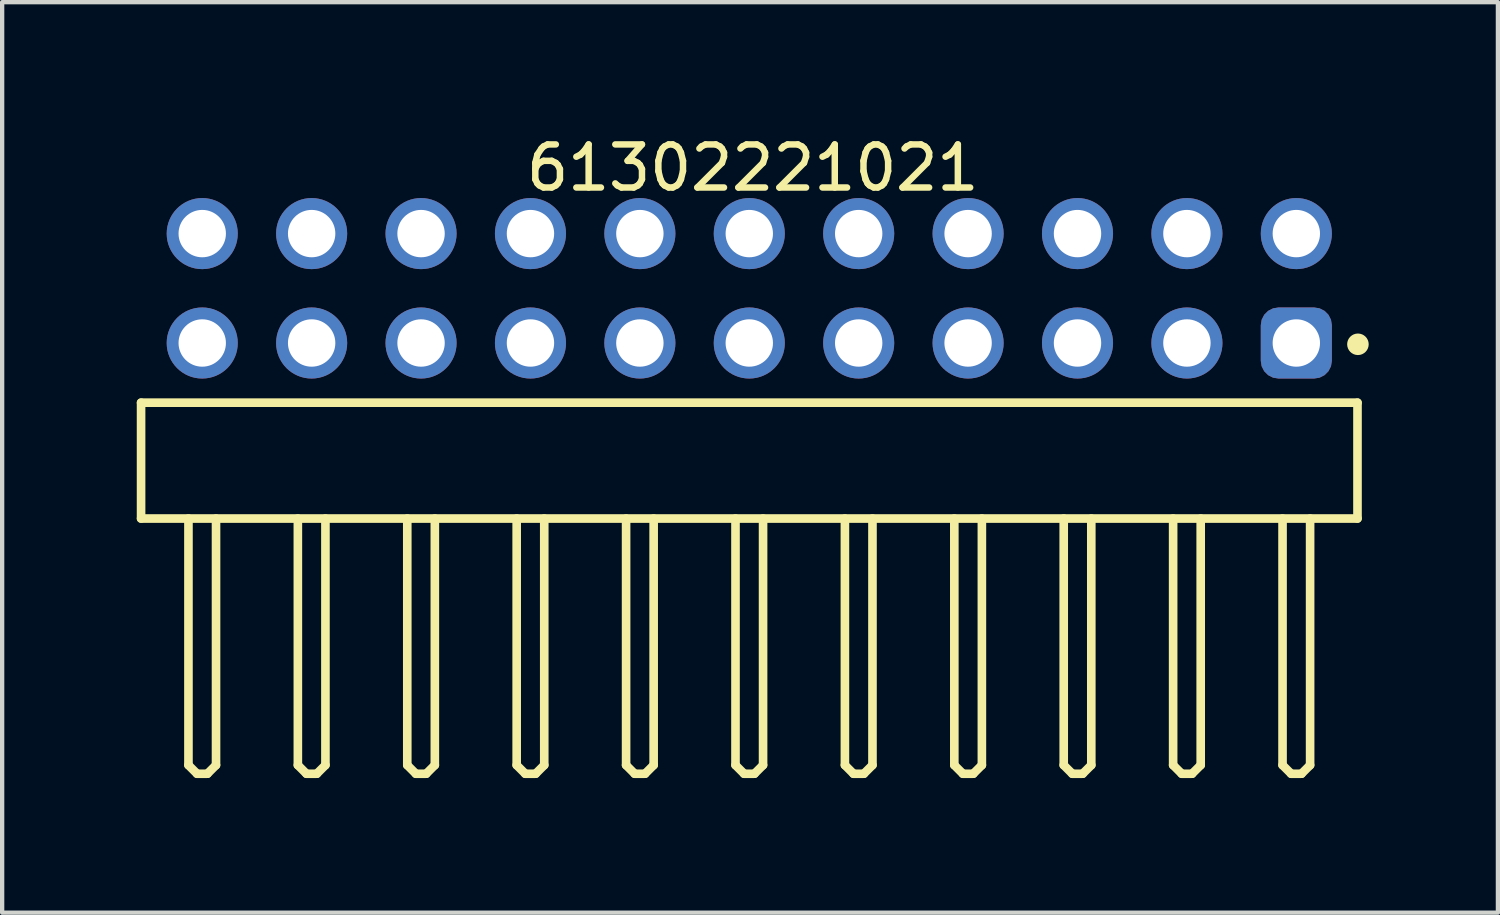
<source format=kicad_pcb>
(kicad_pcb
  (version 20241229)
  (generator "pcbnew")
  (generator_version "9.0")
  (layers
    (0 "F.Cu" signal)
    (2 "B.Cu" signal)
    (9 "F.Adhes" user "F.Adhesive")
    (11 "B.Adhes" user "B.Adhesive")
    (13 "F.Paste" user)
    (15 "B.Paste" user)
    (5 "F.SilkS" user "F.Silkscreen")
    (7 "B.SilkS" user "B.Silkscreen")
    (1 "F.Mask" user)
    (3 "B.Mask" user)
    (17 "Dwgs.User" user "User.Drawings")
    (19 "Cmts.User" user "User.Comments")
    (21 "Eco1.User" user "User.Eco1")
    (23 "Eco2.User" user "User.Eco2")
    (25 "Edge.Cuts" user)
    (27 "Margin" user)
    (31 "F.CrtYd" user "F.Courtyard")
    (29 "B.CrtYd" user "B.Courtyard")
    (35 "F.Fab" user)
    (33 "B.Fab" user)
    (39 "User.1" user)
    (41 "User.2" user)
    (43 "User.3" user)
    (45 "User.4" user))
  (footprint "61302221021"
    (layer "F.Cu")
    (at 14.345 7.643)
    (property "Reference" "61302221021" (at 0.08 -6.795 0) (layer "F.SilkS") (effects (font (size 1 1) (thickness 0.15))))
    (fp_line (start -14.12 -1.345) (end 14.12 -1.345) (stroke (width 0.2) (type solid)) (layer "F.SilkS"))
    (fp_line (start -14.12 1.345) (end -14.12 -1.345) (stroke (width 0.2) (type solid)) (layer "F.SilkS"))
    (fp_line (start -14.12 1.345) (end 14.12 1.345) (stroke (width 0.2) (type solid)) (layer "F.SilkS"))
    (fp_line (start -13.02 7.07) (end -13.02 1.345) (stroke (width 0.2) (type solid)) (layer "F.SilkS"))
    (fp_line (start -13.02 7.07) (end -12.82 7.27) (stroke (width 0.2) (type solid)) (layer "F.SilkS"))
    (fp_line (start -12.82 7.27) (end -12.58 7.27) (stroke (width 0.2) (type solid)) (layer "F.SilkS"))
    (fp_line (start -12.58 7.27) (end -12.38 7.07) (stroke (width 0.2) (type solid)) (layer "F.SilkS"))
    (fp_line (start -12.38 7.07) (end -12.38 1.345) (stroke (width 0.2) (type solid)) (layer "F.SilkS"))
    (fp_line (start -10.48 7.07) (end -10.48 1.345) (stroke (width 0.2) (type solid)) (layer "F.SilkS"))
    (fp_line (start -10.48 7.07) (end -10.28 7.27) (stroke (width 0.2) (type solid)) (layer "F.SilkS"))
    (fp_line (start -10.28 7.27) (end -10.04 7.27) (stroke (width 0.2) (type solid)) (layer "F.SilkS"))
    (fp_line (start -10.04 7.27) (end -9.84 7.07) (stroke (width 0.2) (type solid)) (layer "F.SilkS"))
    (fp_line (start -9.84 7.07) (end -9.84 1.345) (stroke (width 0.2) (type solid)) (layer "F.SilkS"))
    (fp_line (start -7.94 7.07) (end -7.94 1.345) (stroke (width 0.2) (type solid)) (layer "F.SilkS"))
    (fp_line (start -7.94 7.07) (end -7.74 7.27) (stroke (width 0.2) (type solid)) (layer "F.SilkS"))
    (fp_line (start -7.74 7.27) (end -7.5 7.27) (stroke (width 0.2) (type solid)) (layer "F.SilkS"))
    (fp_line (start -7.5 7.27) (end -7.3 7.07) (stroke (width 0.2) (type solid)) (layer "F.SilkS"))
    (fp_line (start -7.3 7.07) (end -7.3 1.345) (stroke (width 0.2) (type solid)) (layer "F.SilkS"))
    (fp_line (start -5.4 7.07) (end -5.4 1.345) (stroke (width 0.2) (type solid)) (layer "F.SilkS"))
    (fp_line (start -5.4 7.07) (end -5.2 7.27) (stroke (width 0.2) (type solid)) (layer "F.SilkS"))
    (fp_line (start -5.2 7.27) (end -4.96 7.27) (stroke (width 0.2) (type solid)) (layer "F.SilkS"))
    (fp_line (start -4.96 7.27) (end -4.76 7.07) (stroke (width 0.2) (type solid)) (layer "F.SilkS"))
    (fp_line (start -4.76 7.07) (end -4.76 1.345) (stroke (width 0.2) (type solid)) (layer "F.SilkS"))
    (fp_line (start -2.86 7.07) (end -2.86 1.345) (stroke (width 0.2) (type solid)) (layer "F.SilkS"))
    (fp_line (start -2.86 7.07) (end -2.66 7.27) (stroke (width 0.2) (type solid)) (layer "F.SilkS"))
    (fp_line (start -2.66 7.27) (end -2.42 7.27) (stroke (width 0.2) (type solid)) (layer "F.SilkS"))
    (fp_line (start -2.42 7.27) (end -2.22 7.07) (stroke (width 0.2) (type solid)) (layer "F.SilkS"))
    (fp_line (start -2.22 7.07) (end -2.22 1.345) (stroke (width 0.2) (type solid)) (layer "F.SilkS"))
    (fp_line (start -0.32 7.07) (end -0.32 1.345) (stroke (width 0.2) (type solid)) (layer "F.SilkS"))
    (fp_line (start -0.32 7.07) (end -0.12 7.27) (stroke (width 0.2) (type solid)) (layer "F.SilkS"))
    (fp_line (start -0.12 7.27) (end 0.12 7.27) (stroke (width 0.2) (type solid)) (layer "F.SilkS"))
    (fp_line (start 0.12 7.27) (end 0.32 7.07) (stroke (width 0.2) (type solid)) (layer "F.SilkS"))
    (fp_line (start 0.32 7.07) (end 0.32 1.345) (stroke (width 0.2) (type solid)) (layer "F.SilkS"))
    (fp_line (start 2.22 7.07) (end 2.22 1.345) (stroke (width 0.2) (type solid)) (layer "F.SilkS"))
    (fp_line (start 2.22 7.07) (end 2.42 7.27) (stroke (width 0.2) (type solid)) (layer "F.SilkS"))
    (fp_line (start 2.42 7.27) (end 2.66 7.27) (stroke (width 0.2) (type solid)) (layer "F.SilkS"))
    (fp_line (start 2.66 7.27) (end 2.86 7.07) (stroke (width 0.2) (type solid)) (layer "F.SilkS"))
    (fp_line (start 2.86 7.07) (end 2.86 1.345) (stroke (width 0.2) (type solid)) (layer "F.SilkS"))
    (fp_line (start 4.76 7.07) (end 4.76 1.345) (stroke (width 0.2) (type solid)) (layer "F.SilkS"))
    (fp_line (start 4.76 7.07) (end 4.96 7.27) (stroke (width 0.2) (type solid)) (layer "F.SilkS"))
    (fp_line (start 4.96 7.27) (end 5.2 7.27) (stroke (width 0.2) (type solid)) (layer "F.SilkS"))
    (fp_line (start 5.2 7.27) (end 5.4 7.07) (stroke (width 0.2) (type solid)) (layer "F.SilkS"))
    (fp_line (start 5.4 7.07) (end 5.4 1.345) (stroke (width 0.2) (type solid)) (layer "F.SilkS"))
    (fp_line (start 7.3 7.07) (end 7.3 1.345) (stroke (width 0.2) (type solid)) (layer "F.SilkS"))
    (fp_line (start 7.3 7.07) (end 7.5 7.27) (stroke (width 0.2) (type solid)) (layer "F.SilkS"))
    (fp_line (start 7.5 7.27) (end 7.74 7.27) (stroke (width 0.2) (type solid)) (layer "F.SilkS"))
    (fp_line (start 7.74 7.27) (end 7.94 7.07) (stroke (width 0.2) (type solid)) (layer "F.SilkS"))
    (fp_line (start 7.94 7.07) (end 7.94 1.345) (stroke (width 0.2) (type solid)) (layer "F.SilkS"))
    (fp_line (start 9.84 7.07) (end 9.84 1.345) (stroke (width 0.2) (type solid)) (layer "F.SilkS"))
    (fp_line (start 9.84 7.07) (end 10.04 7.27) (stroke (width 0.2) (type solid)) (layer "F.SilkS"))
    (fp_line (start 10.04 7.27) (end 10.28 7.27) (stroke (width 0.2) (type solid)) (layer "F.SilkS"))
    (fp_line (start 10.28 7.27) (end 10.48 7.07) (stroke (width 0.2) (type solid)) (layer "F.SilkS"))
    (fp_line (start 10.48 7.07) (end 10.48 1.345) (stroke (width 0.2) (type solid)) (layer "F.SilkS"))
    (fp_line (start 12.38 7.07) (end 12.38 1.345) (stroke (width 0.2) (type solid)) (layer "F.SilkS"))
    (fp_line (start 12.38 7.07) (end 12.58 7.27) (stroke (width 0.2) (type solid)) (layer "F.SilkS"))
    (fp_line (start 12.58 7.27) (end 12.82 7.27) (stroke (width 0.2) (type solid)) (layer "F.SilkS"))
    (fp_line (start 12.82 7.27) (end 13.02 7.07) (stroke (width 0.2) (type solid)) (layer "F.SilkS"))
    (fp_line (start 13.02 7.07) (end 13.02 1.345) (stroke (width 0.2) (type solid)) (layer "F.SilkS"))
    (fp_line (start 14.12 1.345) (end 14.12 -1.345) (stroke (width 0.2) (type solid)) (layer "F.SilkS"))
    (fp_circle (center 14.13 -2.7) (end 14.13 -2.825) (stroke (width 0.25) (type solid)) (fill no) (layer "F.SilkS"))
    (fp_line (start -14.32 -6.295) (end 14.32 -6.295) (stroke (width 0.05) (type solid)) (layer "Eco2.User"))
    (fp_line (start -14.32 7.47) (end -14.32 -6.295) (stroke (width 0.05) (type solid)) (layer "Eco2.User"))
    (fp_line (start -14.32 7.47) (end 14.32 7.47) (stroke (width 0.05) (type solid)) (layer "Eco2.User"))
    (fp_line (start -13.97 -1.27) (end 13.97 -1.27) (stroke (width 0.1) (type solid)) (layer "Eco2.User"))
    (fp_line (start -13.97 1.27) (end -13.97 -1.27) (stroke (width 0.1) (type solid)) (layer "Eco2.User"))
    (fp_line (start -13.97 1.27) (end 13.97 1.27) (stroke (width 0.1) (type solid)) (layer "Eco2.User"))
    (fp_line (start -13.02 -5.63) (end -12.38 -5.63) (stroke (width 0.1) (type solid)) (layer "Eco2.User"))
    (fp_line (start -13.02 -3.09) (end -12.38 -3.09) (stroke (width 0.1) (type solid)) (layer "Eco2.User"))
    (fp_line (start -13.02 -1.27) (end -13.02 -5.63) (stroke (width 0.1) (type solid)) (layer "Eco2.User"))
    (fp_line (start -13.02 7.07) (end -13.02 1.27) (stroke (width 0.1) (type solid)) (layer "Eco2.User"))
    (fp_line (start -13.02 7.07) (end -12.82 7.27) (stroke (width 0.1) (type solid)) (layer "Eco2.User"))
    (fp_line (start -12.82 7.27) (end -12.58 7.27) (stroke (width 0.1) (type solid)) (layer "Eco2.User"))
    (fp_line (start -12.58 7.27) (end -12.38 7.07) (stroke (width 0.1) (type solid)) (layer "Eco2.User"))
    (fp_line (start -12.38 -1.27) (end -12.38 -5.63) (stroke (width 0.1) (type solid)) (layer "Eco2.User"))
    (fp_line (start -12.38 7.07) (end -12.38 1.27) (stroke (width 0.1) (type solid)) (layer "Eco2.User"))
    (fp_line (start -10.48 -5.63) (end -9.84 -5.63) (stroke (width 0.1) (type solid)) (layer "Eco2.User"))
    (fp_line (start -10.48 -3.09) (end -9.84 -3.09) (stroke (width 0.1) (type solid)) (layer "Eco2.User"))
    (fp_line (start -10.48 -1.27) (end -10.48 -5.63) (stroke (width 0.1) (type solid)) (layer "Eco2.User"))
    (fp_line (start -10.48 7.07) (end -10.48 1.27) (stroke (width 0.1) (type solid)) (layer "Eco2.User"))
    (fp_line (start -10.48 7.07) (end -10.28 7.27) (stroke (width 0.1) (type solid)) (layer "Eco2.User"))
    (fp_line (start -10.28 7.27) (end -10.04 7.27) (stroke (width 0.1) (type solid)) (layer "Eco2.User"))
    (fp_line (start -10.04 7.27) (end -9.84 7.07) (stroke (width 0.1) (type solid)) (layer "Eco2.User"))
    (fp_line (start -9.84 -1.27) (end -9.84 -5.63) (stroke (width 0.1) (type solid)) (layer "Eco2.User"))
    (fp_line (start -9.84 7.07) (end -9.84 1.27) (stroke (width 0.1) (type solid)) (layer "Eco2.User"))
    (fp_line (start -7.94 -5.63) (end -7.3 -5.63) (stroke (width 0.1) (type solid)) (layer "Eco2.User"))
    (fp_line (start -7.94 -3.09) (end -7.3 -3.09) (stroke (width 0.1) (type solid)) (layer "Eco2.User"))
    (fp_line (start -7.94 -1.27) (end -7.94 -5.63) (stroke (width 0.1) (type solid)) (layer "Eco2.User"))
    (fp_line (start -7.94 7.07) (end -7.94 1.27) (stroke (width 0.1) (type solid)) (layer "Eco2.User"))
    (fp_line (start -7.94 7.07) (end -7.74 7.27) (stroke (width 0.1) (type solid)) (layer "Eco2.User"))
    (fp_line (start -7.74 7.27) (end -7.5 7.27) (stroke (width 0.1) (type solid)) (layer "Eco2.User"))
    (fp_line (start -7.5 7.27) (end -7.3 7.07) (stroke (width 0.1) (type solid)) (layer "Eco2.User"))
    (fp_line (start -7.3 -1.27) (end -7.3 -5.63) (stroke (width 0.1) (type solid)) (layer "Eco2.User"))
    (fp_line (start -7.3 7.07) (end -7.3 1.27) (stroke (width 0.1) (type solid)) (layer "Eco2.User"))
    (fp_line (start -5.4 -5.63) (end -4.76 -5.63) (stroke (width 0.1) (type solid)) (layer "Eco2.User"))
    (fp_line (start -5.4 -3.09) (end -4.76 -3.09) (stroke (width 0.1) (type solid)) (layer "Eco2.User"))
    (fp_line (start -5.4 -1.27) (end -5.4 -5.63) (stroke (width 0.1) (type solid)) (layer "Eco2.User"))
    (fp_line (start -5.4 7.07) (end -5.4 1.27) (stroke (width 0.1) (type solid)) (layer "Eco2.User"))
    (fp_line (start -5.4 7.07) (end -5.2 7.27) (stroke (width 0.1) (type solid)) (layer "Eco2.User"))
    (fp_line (start -5.2 7.27) (end -4.96 7.27) (stroke (width 0.1) (type solid)) (layer "Eco2.User"))
    (fp_line (start -4.96 7.27) (end -4.76 7.07) (stroke (width 0.1) (type solid)) (layer "Eco2.User"))
    (fp_line (start -4.76 -1.27) (end -4.76 -5.63) (stroke (width 0.1) (type solid)) (layer "Eco2.User"))
    (fp_line (start -4.76 7.07) (end -4.76 1.27) (stroke (width 0.1) (type solid)) (layer "Eco2.User"))
    (fp_line (start -2.86 -5.63) (end -2.22 -5.63) (stroke (width 0.1) (type solid)) (layer "Eco2.User"))
    (fp_line (start -2.86 -3.09) (end -2.22 -3.09) (stroke (width 0.1) (type solid)) (layer "Eco2.User"))
    (fp_line (start -2.86 -1.27) (end -2.86 -5.63) (stroke (width 0.1) (type solid)) (layer "Eco2.User"))
    (fp_line (start -2.86 7.07) (end -2.86 1.27) (stroke (width 0.1) (type solid)) (layer "Eco2.User"))
    (fp_line (start -2.86 7.07) (end -2.66 7.27) (stroke (width 0.1) (type solid)) (layer "Eco2.User"))
    (fp_line (start -2.66 7.27) (end -2.42 7.27) (stroke (width 0.1) (type solid)) (layer "Eco2.User"))
    (fp_line (start -2.42 7.27) (end -2.22 7.07) (stroke (width 0.1) (type solid)) (layer "Eco2.User"))
    (fp_line (start -2.22 -1.27) (end -2.22 -5.63) (stroke (width 0.1) (type solid)) (layer "Eco2.User"))
    (fp_line (start -2.22 7.07) (end -2.22 1.27) (stroke (width 0.1) (type solid)) (layer "Eco2.User"))
    (fp_line (start -0.5 0) (end 0.5 0) (stroke (width 0.05) (type solid)) (layer "Eco2.User"))
    (fp_line (start -0.32 -5.63) (end 0.32 -5.63) (stroke (width 0.1) (type solid)) (layer "Eco2.User"))
    (fp_line (start -0.32 -3.09) (end 0.32 -3.09) (stroke (width 0.1) (type solid)) (layer "Eco2.User"))
    (fp_line (start -0.32 -1.27) (end -0.32 -5.63) (stroke (width 0.1) (type solid)) (layer "Eco2.User"))
    (fp_line (start -0.32 7.07) (end -0.32 1.27) (stroke (width 0.1) (type solid)) (layer "Eco2.User"))
    (fp_line (start -0.32 7.07) (end -0.12 7.27) (stroke (width 0.1) (type solid)) (layer "Eco2.User"))
    (fp_line (start -0.12 7.27) (end 0.12 7.27) (stroke (width 0.1) (type solid)) (layer "Eco2.User"))
    (fp_line (start 0 0.5) (end 0 -0.5) (stroke (width 0.05) (type solid)) (layer "Eco2.User"))
    (fp_line (start 0.12 7.27) (end 0.32 7.07) (stroke (width 0.1) (type solid)) (layer "Eco2.User"))
    (fp_line (start 0.32 -1.27) (end 0.32 -5.63) (stroke (width 0.1) (type solid)) (layer "Eco2.User"))
    (fp_line (start 0.32 7.07) (end 0.32 1.27) (stroke (width 0.1) (type solid)) (layer "Eco2.User"))
    (fp_line (start 2.22 -5.63) (end 2.86 -5.63) (stroke (width 0.1) (type solid)) (layer "Eco2.User"))
    (fp_line (start 2.22 -3.09) (end 2.86 -3.09) (stroke (width 0.1) (type solid)) (layer "Eco2.User"))
    (fp_line (start 2.22 -3.09) (end 2.86 -3.09) (stroke (width 0.1) (type solid)) (layer "Eco2.User"))
    (fp_line (start 2.22 -1.27) (end 2.22 -5.63) (stroke (width 0.1) (type solid)) (layer "Eco2.User"))
    (fp_line (start 2.22 7.07) (end 2.22 1.27) (stroke (width 0.1) (type solid)) (layer "Eco2.User"))
    (fp_line (start 2.22 7.07) (end 2.42 7.27) (stroke (width 0.1) (type solid)) (layer "Eco2.User"))
    (fp_line (start 2.42 7.27) (end 2.66 7.27) (stroke (width 0.1) (type solid)) (layer "Eco2.User"))
    (fp_line (start 2.66 7.27) (end 2.86 7.07) (stroke (width 0.1) (type solid)) (layer "Eco2.User"))
    (fp_line (start 2.86 -1.27) (end 2.86 -5.63) (stroke (width 0.1) (type solid)) (layer "Eco2.User"))
    (fp_line (start 2.86 7.07) (end 2.86 1.27) (stroke (width 0.1) (type solid)) (layer "Eco2.User"))
    (fp_line (start 4.76 -5.63) (end 5.4 -5.63) (stroke (width 0.1) (type solid)) (layer "Eco2.User"))
    (fp_line (start 4.76 -3.09) (end 5.4 -3.09) (stroke (width 0.1) (type solid)) (layer "Eco2.User"))
    (fp_line (start 4.76 -1.27) (end 4.76 -5.63) (stroke (width 0.1) (type solid)) (layer "Eco2.User"))
    (fp_line (start 4.76 7.07) (end 4.76 1.27) (stroke (width 0.1) (type solid)) (layer "Eco2.User"))
    (fp_line (start 4.76 7.07) (end 4.96 7.27) (stroke (width 0.1) (type solid)) (layer "Eco2.User"))
    (fp_line (start 4.96 7.27) (end 5.2 7.27) (stroke (width 0.1) (type solid)) (layer "Eco2.User"))
    (fp_line (start 5.2 7.27) (end 5.4 7.07) (stroke (width 0.1) (type solid)) (layer "Eco2.User"))
    (fp_line (start 5.4 -1.27) (end 5.4 -5.63) (stroke (width 0.1) (type solid)) (layer "Eco2.User"))
    (fp_line (start 5.4 7.07) (end 5.4 1.27) (stroke (width 0.1) (type solid)) (layer "Eco2.User"))
    (fp_line (start 7.3 -5.63) (end 7.94 -5.63) (stroke (width 0.1) (type solid)) (layer "Eco2.User"))
    (fp_line (start 7.3 -3.09) (end 7.94 -3.09) (stroke (width 0.1) (type solid)) (layer "Eco2.User"))
    (fp_line (start 7.3 -1.27) (end 7.3 -5.63) (stroke (width 0.1) (type solid)) (layer "Eco2.User"))
    (fp_line (start 7.3 7.07) (end 7.3 1.27) (stroke (width 0.1) (type solid)) (layer "Eco2.User"))
    (fp_line (start 7.3 7.07) (end 7.5 7.27) (stroke (width 0.1) (type solid)) (layer "Eco2.User"))
    (fp_line (start 7.5 7.27) (end 7.74 7.27) (stroke (width 0.1) (type solid)) (layer "Eco2.User"))
    (fp_line (start 7.74 7.27) (end 7.94 7.07) (stroke (width 0.1) (type solid)) (layer "Eco2.User"))
    (fp_line (start 7.94 -1.27) (end 7.94 -5.63) (stroke (width 0.1) (type solid)) (layer "Eco2.User"))
    (fp_line (start 7.94 7.07) (end 7.94 1.27) (stroke (width 0.1) (type solid)) (layer "Eco2.User"))
    (fp_line (start 9.84 -5.63) (end 10.48 -5.63) (stroke (width 0.1) (type solid)) (layer "Eco2.User"))
    (fp_line (start 9.84 -3.09) (end 10.48 -3.09) (stroke (width 0.1) (type solid)) (layer "Eco2.User"))
    (fp_line (start 9.84 -1.27) (end 9.84 -5.63) (stroke (width 0.1) (type solid)) (layer "Eco2.User"))
    (fp_line (start 9.84 7.07) (end 9.84 1.27) (stroke (width 0.1) (type solid)) (layer "Eco2.User"))
    (fp_line (start 9.84 7.07) (end 10.04 7.27) (stroke (width 0.1) (type solid)) (layer "Eco2.User"))
    (fp_line (start 10.04 7.27) (end 10.28 7.27) (stroke (width 0.1) (type solid)) (layer "Eco2.User"))
    (fp_line (start 10.28 7.27) (end 10.48 7.07) (stroke (width 0.1) (type solid)) (layer "Eco2.User"))
    (fp_line (start 10.48 -1.27) (end 10.48 -5.63) (stroke (width 0.1) (type solid)) (layer "Eco2.User"))
    (fp_line (start 10.48 7.07) (end 10.48 1.27) (stroke (width 0.1) (type solid)) (layer "Eco2.User"))
    (fp_line (start 12.38 -5.63) (end 13.02 -5.63) (stroke (width 0.1) (type solid)) (layer "Eco2.User"))
    (fp_line (start 12.38 -3.09) (end 13.02 -3.09) (stroke (width 0.1) (type solid)) (layer "Eco2.User"))
    (fp_line (start 12.38 -1.27) (end 12.38 -5.63) (stroke (width 0.1) (type solid)) (layer "Eco2.User"))
    (fp_line (start 12.38 7.07) (end 12.38 1.27) (stroke (width 0.1) (type solid)) (layer "Eco2.User"))
    (fp_line (start 12.38 7.07) (end 12.58 7.27) (stroke (width 0.1) (type solid)) (layer "Eco2.User"))
    (fp_line (start 12.58 7.27) (end 12.82 7.27) (stroke (width 0.1) (type solid)) (layer "Eco2.User"))
    (fp_line (start 12.82 7.27) (end 13.02 7.07) (stroke (width 0.1) (type solid)) (layer "Eco2.User"))
    (fp_line (start 13.02 -1.27) (end 13.02 -5.63) (stroke (width 0.1) (type solid)) (layer "Eco2.User"))
    (fp_line (start 13.02 7.07) (end 13.02 1.27) (stroke (width 0.1) (type solid)) (layer "Eco2.User"))
    (fp_line (start 13.97 1.27) (end 13.97 -1.27) (stroke (width 0.1) (type solid)) (layer "Eco2.User"))
    (fp_line (start 14.32 7.47) (end 14.32 -6.295) (stroke (width 0.05) (type solid)) (layer "Eco2.User"))
    (fp_text user "${REFERENCE}" (at 0.15 -0.197 0) (unlocked yes) (layer "User.3") (effects (font (size 1.5 1.5) (thickness 0.15))))
    (pad "1" thru_hole roundrect (at 12.7 -2.73) (size 1.65 1.65) (drill 1.1) (layers "*.Cu" "*.Mask") (roundrect_rratio 0.25))
    (pad "2" thru_hole circle (at 12.7 -5.27) (size 1.65 1.65) (drill 1.1) (layers "*.Cu" "*.Mask"))
    (pad "3" thru_hole circle (at 10.16 -2.73) (size 1.65 1.65) (drill 1.1) (layers "*.Cu" "*.Mask"))
    (pad "4" thru_hole circle (at 10.16 -5.27) (size 1.65 1.65) (drill 1.1) (layers "*.Cu" "*.Mask"))
    (pad "5" thru_hole circle (at 7.62 -2.73) (size 1.65 1.65) (drill 1.1) (layers "*.Cu" "*.Mask"))
    (pad "6" thru_hole circle (at 7.62 -5.27) (size 1.65 1.65) (drill 1.1) (layers "*.Cu" "*.Mask"))
    (pad "7" thru_hole circle (at 5.08 -2.73) (size 1.65 1.65) (drill 1.1) (layers "*.Cu" "*.Mask"))
    (pad "8" thru_hole circle (at 5.08 -5.27) (size 1.65 1.65) (drill 1.1) (layers "*.Cu" "*.Mask"))
    (pad "9" thru_hole circle (at 2.54 -2.73) (size 1.65 1.65) (drill 1.1) (layers "*.Cu" "*.Mask"))
    (pad "10" thru_hole circle (at 2.54 -5.27) (size 1.65 1.65) (drill 1.1) (layers "*.Cu" "*.Mask"))
    (pad "11" thru_hole circle (at 0 -2.73) (size 1.65 1.65) (drill 1.1) (layers "*.Cu" "*.Mask"))
    (pad "12" thru_hole circle (at 0 -5.27) (size 1.65 1.65) (drill 1.1) (layers "*.Cu" "*.Mask"))
    (pad "13" thru_hole circle (at -2.54 -2.73) (size 1.65 1.65) (drill 1.1) (layers "*.Cu" "*.Mask"))
    (pad "14" thru_hole circle (at -2.54 -5.27) (size 1.65 1.65) (drill 1.1) (layers "*.Cu" "*.Mask"))
    (pad "15" thru_hole circle (at -5.08 -2.73) (size 1.65 1.65) (drill 1.1) (layers "*.Cu" "*.Mask"))
    (pad "16" thru_hole circle (at -5.08 -5.27) (size 1.65 1.65) (drill 1.1) (layers "*.Cu" "*.Mask"))
    (pad "17" thru_hole circle (at -7.62 -2.73) (size 1.65 1.65) (drill 1.1) (layers "*.Cu" "*.Mask"))
    (pad "18" thru_hole circle (at -7.62 -5.27) (size 1.65 1.65) (drill 1.1) (layers "*.Cu" "*.Mask"))
    (pad "19" thru_hole circle (at -10.16 -2.73) (size 1.65 1.65) (drill 1.1) (layers "*.Cu" "*.Mask"))
    (pad "20" thru_hole circle (at -10.16 -5.27) (size 1.65 1.65) (drill 1.1) (layers "*.Cu" "*.Mask"))
    (pad "21" thru_hole circle (at -12.7 -2.73) (size 1.65 1.65) (drill 1.1) (layers "*.Cu" "*.Mask"))
    (pad "22" thru_hole circle (at -12.7 -5.27) (size 1.65 1.65) (drill 1.1) (layers "*.Cu" "*.Mask")))
  (gr_rect
    (start -3 -3)
    (end 31.725 18.138)
    (stroke (width 0.1) (type default))
    (fill no)
    (layer "Edge.Cuts")))
</source>
